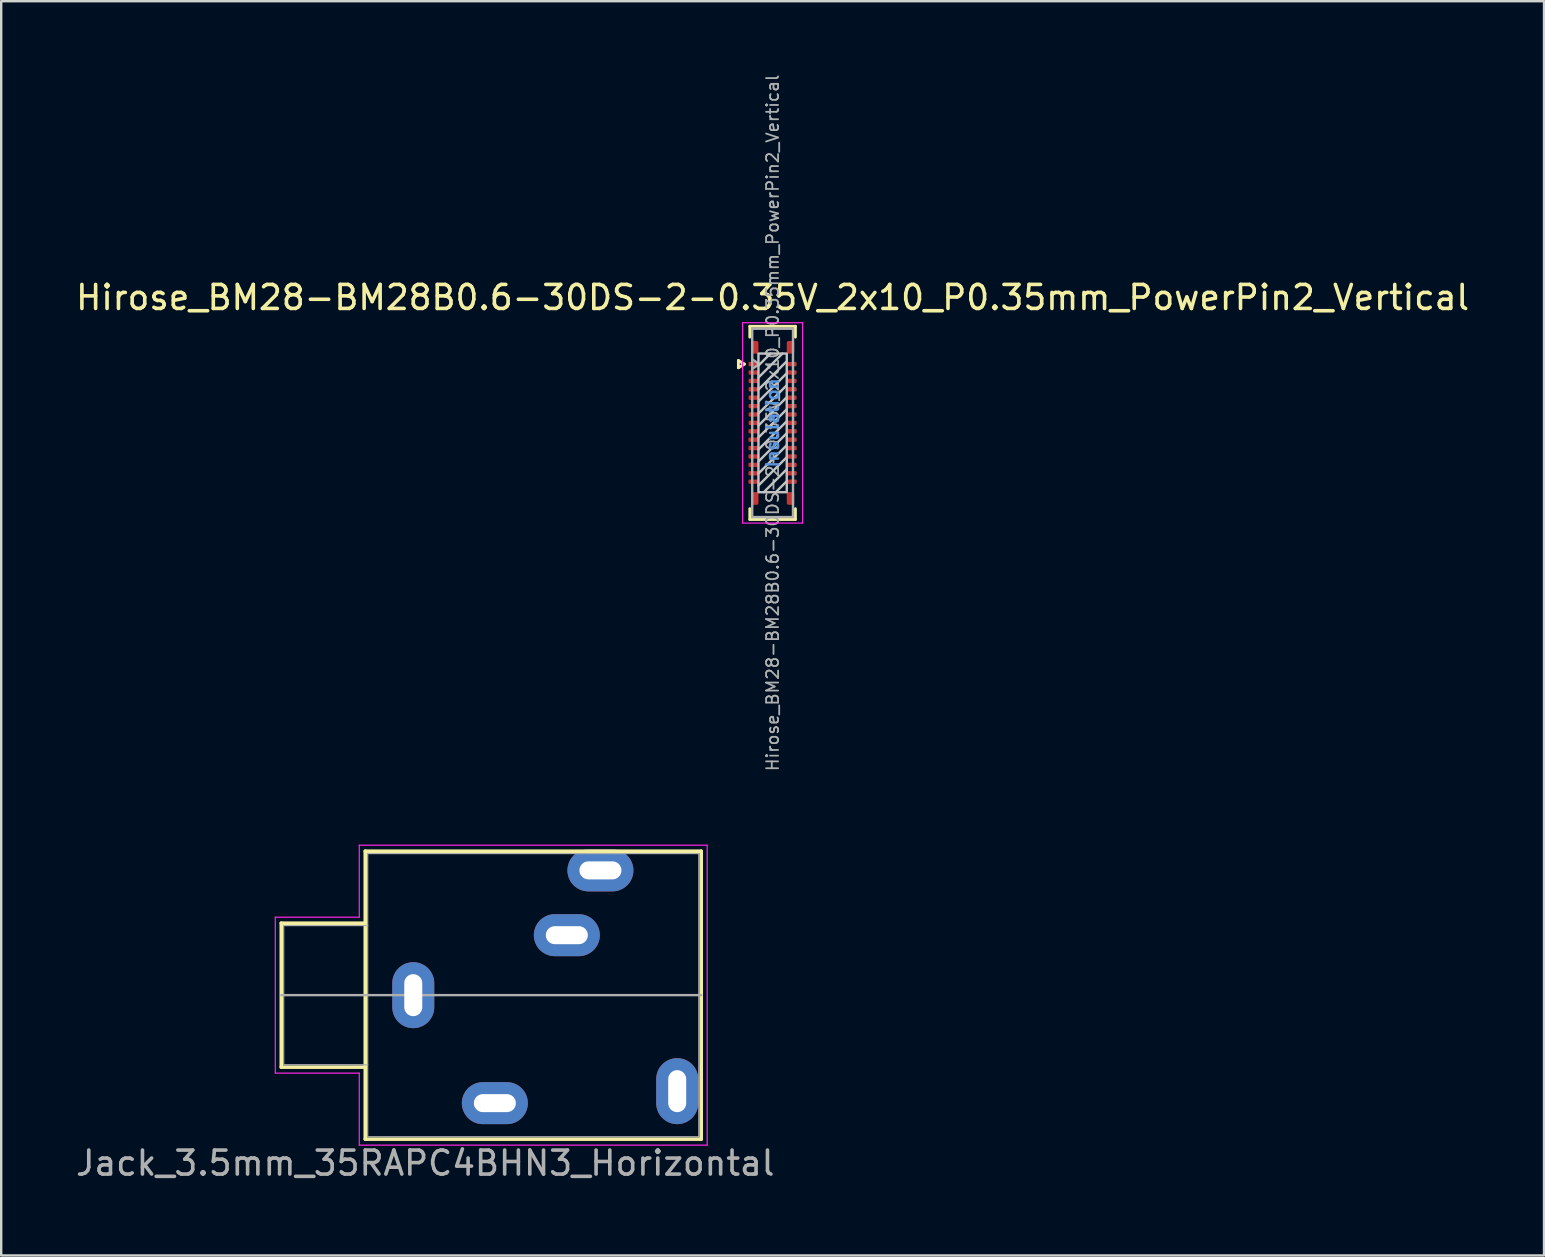
<source format=kicad_pcb>
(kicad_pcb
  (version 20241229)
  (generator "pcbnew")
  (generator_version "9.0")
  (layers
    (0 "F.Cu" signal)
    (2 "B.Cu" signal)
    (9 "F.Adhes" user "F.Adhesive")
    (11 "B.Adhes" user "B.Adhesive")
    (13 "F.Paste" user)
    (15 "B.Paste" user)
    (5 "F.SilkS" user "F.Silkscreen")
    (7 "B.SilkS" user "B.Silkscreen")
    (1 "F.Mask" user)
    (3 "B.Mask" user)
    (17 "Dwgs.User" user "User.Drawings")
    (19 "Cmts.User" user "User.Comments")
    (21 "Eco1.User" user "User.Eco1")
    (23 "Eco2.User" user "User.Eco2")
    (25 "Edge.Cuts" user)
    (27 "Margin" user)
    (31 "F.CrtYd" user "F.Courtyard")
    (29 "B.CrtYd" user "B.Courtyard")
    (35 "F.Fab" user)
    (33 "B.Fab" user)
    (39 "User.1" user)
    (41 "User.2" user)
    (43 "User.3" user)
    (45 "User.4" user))
  (footprint "Jack_3.5mm_35RAPC4BHN3_Horizontal"
    (layer "F.Cu")
    (at 12.173 38.424)
    (property "Reference" "Jack_3.5mm_35RAPC4BHN3_Horizontal" (at 2.5 7 0) (layer "F.Fab") (effects (font (size 1 1) (thickness 0.15))))
    (attr through_hole)
    (fp_line (start -3.5 -3) (end -3.5 3) (stroke (width 0.15) (type solid)) (layer "F.SilkS"))
    (fp_line (start -3.5 3) (end 0 3) (stroke (width 0.15) (type solid)) (layer "F.SilkS"))
    (fp_line (start 0 -6) (end 14 -6) (stroke (width 0.15) (type solid)) (layer "F.SilkS"))
    (fp_line (start 0 -3) (end -3.5 -3) (stroke (width 0.15) (type solid)) (layer "F.SilkS"))
    (fp_line (start 0 6) (end 0 -6) (stroke (width 0.15) (type solid)) (layer "F.SilkS"))
    (fp_line (start 14 -6) (end 14 6) (stroke (width 0.15) (type solid)) (layer "F.SilkS"))
    (fp_line (start 14 6) (end 0 6) (stroke (width 0.15) (type solid)) (layer "F.SilkS"))
    (fp_line (start -3.75 -3.25) (end -0.25 -3.25) (stroke (width 0.05) (type solid)) (layer "F.CrtYd"))
    (fp_line (start -3.75 3.25) (end -3.75 -3.25) (stroke (width 0.05) (type solid)) (layer "F.CrtYd"))
    (fp_line (start -0.25 -6.25) (end 14.25 -6.25) (stroke (width 0.05) (type solid)) (layer "F.CrtYd"))
    (fp_line (start -0.25 -3.25) (end -0.25 -6.25) (stroke (width 0.05) (type solid)) (layer "F.CrtYd"))
    (fp_line (start -0.25 3.25) (end -3.75 3.25) (stroke (width 0.05) (type solid)) (layer "F.CrtYd"))
    (fp_line (start -0.25 6.25) (end -0.25 3.25) (stroke (width 0.05) (type solid)) (layer "F.CrtYd"))
    (fp_line (start 14.25 -6.25) (end 14.25 6.25) (stroke (width 0.05) (type solid)) (layer "F.CrtYd"))
    (fp_line (start 14.25 6.25) (end -0.25 6.25) (stroke (width 0.05) (type solid)) (layer "F.CrtYd"))
    (fp_line (start -3.5 0) (end 14 0) (stroke (width 0.1) (type solid)) (layer "F.Fab"))
    (fp_line (start -3.4 -2.9) (end 0.1 -2.9) (stroke (width 0.05) (type solid)) (layer "F.Fab"))
    (fp_line (start -3.4 2.9) (end -3.4 -2.9) (stroke (width 0.05) (type solid)) (layer "F.Fab"))
    (fp_line (start 0.1 -5.9) (end 0.1 5.9) (stroke (width 0.05) (type solid)) (layer "F.Fab"))
    (fp_line (start 0.1 2.9) (end -3.4 2.9) (stroke (width 0.05) (type solid)) (layer "F.Fab"))
    (fp_line (start 0.1 5.9) (end 13.9 5.9) (stroke (width 0.05) (type solid)) (layer "F.Fab"))
    (fp_line (start 13.9 -5.9) (end 0.1 -5.9) (stroke (width 0.05) (type solid)) (layer "F.Fab"))
    (fp_line (start 13.9 5.9) (end 13.9 -5.9) (stroke (width 0.05) (type solid)) (layer "F.Fab"))
    (pad "1" thru_hole oval (at 5.4 4.5) (size 2.75 1.75) (drill oval 1.75 0.75) (layers "*.Cu" "*.Mask"))
    (pad "2" thru_hole oval (at 9.8 -5.2) (size 2.75 1.75) (drill oval 1.75 0.75) (layers "*.Cu" "*.Mask"))
    (pad "3" thru_hole oval (at 2 0 90) (size 2.75 1.75) (drill oval 1.75 0.75) (layers "*.Cu" "*.Mask"))
    (pad "4" thru_hole oval (at 13 4 90) (size 2.75 1.75) (drill oval 1.75 0.75) (layers "*.Cu" "*.Mask"))
    (pad "5" thru_hole oval (at 8.4 -2.5) (size 2.75 1.75) (drill oval 1.75 0.75) (layers "*.Cu" "*.Mask")))
  (footprint "Hirose_BM28-BM28B0.6-30DS-2-0.35V_2x10_P0.35mm_PowerPin2_Vertical"
    (layer "F.Cu")
    (at 29.149 14.574)
    (property "Reference" "Hirose_BM28-BM28B0.6-30DS-2-0.35V_2x10_P0.35mm_PowerPin2_Vertical" (at 0 -5.225 0) (layer "F.SilkS") (effects (font (size 1 1) (thickness 0.15))))
    (attr smd)
    (fp_line (start -1.425 -2.6) (end -1.175 -2.45) (stroke (width 0.12) (type solid)) (layer "F.SilkS"))
    (fp_line (start -1.425 -2.3) (end -1.425 -2.6) (stroke (width 0.12) (type solid)) (layer "F.SilkS"))
    (fp_line (start -1.175 -2.45) (end -1.425 -2.3) (stroke (width 0.12) (type solid)) (layer "F.SilkS"))
    (fp_line (start -0.95 -4.025) (end -0.95 -3.575) (stroke (width 0.12) (type solid)) (layer "F.SilkS"))
    (fp_line (start -0.95 -4.025) (end 0.95 -4.025) (stroke (width 0.12) (type solid)) (layer "F.SilkS"))
    (fp_line (start -0.95 4.025) (end -0.95 3.575) (stroke (width 0.12) (type solid)) (layer "F.SilkS"))
    (fp_line (start -0.95 4.025) (end 0.95 4.025) (stroke (width 0.12) (type solid)) (layer "F.SilkS"))
    (fp_line (start 0.95 -4.025) (end 0.95 -3.575) (stroke (width 0.12) (type solid)) (layer "F.SilkS"))
    (fp_line (start 0.95 4.025) (end 0.95 3.575) (stroke (width 0.12) (type solid)) (layer "F.SilkS"))
    (fp_line (start -0.59 -1.39) (end 0.59 -2.57) (stroke (width 0.1) (type solid)) (layer "Dwgs.User"))
    (fp_line (start -0.59 -0.89) (end 0.59 -2.07) (stroke (width 0.1) (type solid)) (layer "Dwgs.User"))
    (fp_line (start -0.59 -0.39) (end 0.59 -1.57) (stroke (width 0.1) (type solid)) (layer "Dwgs.User"))
    (fp_line (start -0.59 0.11) (end 0.59 -1.07) (stroke (width 0.1) (type solid)) (layer "Dwgs.User"))
    (fp_line (start -0.59 0.61) (end 0.59 -0.57) (stroke (width 0.1) (type solid)) (layer "Dwgs.User"))
    (fp_line (start -0.59 1.11) (end 0.59 -0.07) (stroke (width 0.1) (type solid)) (layer "Dwgs.User"))
    (fp_line (start -0.59 1.61) (end 0.59 0.43) (stroke (width 0.1) (type solid)) (layer "Dwgs.User"))
    (fp_line (start -0.59 2.11) (end 0.59 0.93) (stroke (width 0.1) (type solid)) (layer "Dwgs.User"))
    (fp_line (start -0.59 2.61) (end 0.59 1.43) (stroke (width 0.1) (type solid)) (layer "Dwgs.User"))
    (fp_line (start -0.37 2.89) (end 0.59 1.93) (stroke (width 0.1) (type solid)) (layer "Dwgs.User"))
    (fp_line (start -0.09 -2.89) (end -0.59 -2.39) (stroke (width 0.1) (type solid)) (layer "Dwgs.User"))
    (fp_line (start 0.41 -2.89) (end -0.59 -1.89) (stroke (width 0.1) (type solid)) (layer "Dwgs.User"))
    (fp_line (start 0.59 2.43) (end 0.13 2.89) (stroke (width 0.1) (type solid)) (layer "Dwgs.User"))
    (fp_rect (start -0.59 -2.89) (end 0.59 2.89) (stroke (width 0.1) (type solid)) (fill no) (layer "Dwgs.User"))
    (fp_line (start -1.25 -4.175) (end 1.25 -4.175) (stroke (width 0.05) (type solid)) (layer "F.CrtYd"))
    (fp_line (start -1.25 4.175) (end -1.25 -4.175) (stroke (width 0.05) (type solid)) (layer "F.CrtYd"))
    (fp_line (start 1.25 -4.175) (end 1.25 4.175) (stroke (width 0.05) (type solid)) (layer "F.CrtYd"))
    (fp_line (start 1.25 4.175) (end -1.25 4.175) (stroke (width 0.05) (type solid)) (layer "F.CrtYd"))
    (fp_line (start -0.85 -3.925) (end -0.85 3.925) (stroke (width 0.1) (type solid)) (layer "F.Fab"))
    (fp_line (start -0.85 -3.925) (end 0.85 -3.925) (stroke (width 0.1) (type solid)) (layer "F.Fab"))
    (fp_line (start -0.85 -2.65) (end -0.55 -2.45) (stroke (width 0.1) (type solid)) (layer "F.Fab"))
    (fp_line (start -0.85 3.925) (end 0.85 3.925) (stroke (width 0.1) (type solid)) (layer "F.Fab"))
    (fp_line (start -0.55 -2.45) (end -0.85 -2.25) (stroke (width 0.1) (type solid)) (layer "F.Fab"))
    (fp_line (start 0.85 -3.925) (end 0.85 3.925) (stroke (width 0.1) (type solid)) (layer "F.Fab"))
    (fp_text user "Insulation" (at 0 0 90) (unlocked yes) (layer "Cmts.User") (effects (font (size 0.5 0.5) (thickness 0.1))))
    (fp_text user "${REFERENCE}" (at 0 0 90) (layer "F.Fab") (effects (font (size 0.5 0.5) (thickness 0.075))))
    (pad "1" smd roundrect (at -0.795 -2.45 90) (size 0.18 0.41) (layers "F.Cu" "F.Mask" "F.Paste") (roundrect_rratio 0.25))
    (pad "2" smd roundrect (at 0.795 -2.45 90) (size 0.18 0.41) (layers "F.Cu" "F.Mask" "F.Paste") (roundrect_rratio 0.25))
    (pad "3" smd roundrect (at -0.795 -2.1 90) (size 0.18 0.41) (layers "F.Cu" "F.Mask" "F.Paste") (roundrect_rratio 0.25))
    (pad "4" smd roundrect (at 0.795 -2.1 90) (size 0.18 0.41) (layers "F.Cu" "F.Mask" "F.Paste") (roundrect_rratio 0.25))
    (pad "5" smd roundrect (at -0.795 -1.75 90) (size 0.18 0.41) (layers "F.Cu" "F.Mask" "F.Paste") (roundrect_rratio 0.25))
    (pad "6" smd roundrect (at 0.795 -1.75 90) (size 0.18 0.41) (layers "F.Cu" "F.Mask" "F.Paste") (roundrect_rratio 0.25))
    (pad "7" smd roundrect (at -0.795 -1.4 90) (size 0.18 0.41) (layers "F.Cu" "F.Mask" "F.Paste") (roundrect_rratio 0.25))
    (pad "8" smd roundrect (at 0.795 -1.4 90) (size 0.18 0.41) (layers "F.Cu" "F.Mask" "F.Paste") (roundrect_rratio 0.25))
    (pad "9" smd roundrect (at -0.795 -1.05 90) (size 0.18 0.41) (layers "F.Cu" "F.Mask" "F.Paste") (roundrect_rratio 0.25))
    (pad "10" smd roundrect (at 0.795 -1.05 90) (size 0.18 0.41) (layers "F.Cu" "F.Mask" "F.Paste") (roundrect_rratio 0.25))
    (pad "11" smd roundrect (at -0.795 -0.7 90) (size 0.18 0.41) (layers "F.Cu" "F.Mask" "F.Paste") (roundrect_rratio 0.25))
    (pad "12" smd roundrect (at 0.795 -0.7 90) (size 0.18 0.41) (layers "F.Cu" "F.Mask" "F.Paste") (roundrect_rratio 0.25))
    (pad "13" smd roundrect (at -0.795 -0.35 90) (size 0.18 0.41) (layers "F.Cu" "F.Mask" "F.Paste") (roundrect_rratio 0.25))
    (pad "14" smd roundrect (at 0.795 -0.35 90) (size 0.18 0.41) (layers "F.Cu" "F.Mask" "F.Paste") (roundrect_rratio 0.25))
    (pad "15" smd roundrect (at -0.795 0 90) (size 0.18 0.41) (layers "F.Cu" "F.Mask" "F.Paste") (roundrect_rratio 0.25))
    (pad "16" smd roundrect (at 0.795 0 90) (size 0.18 0.41) (layers "F.Cu" "F.Mask" "F.Paste") (roundrect_rratio 0.25))
    (pad "17" smd roundrect (at -0.8 0.35 90) (size 0.18 0.41) (layers "F.Cu" "F.Mask" "F.Paste") (roundrect_rratio 0.25))
    (pad "18" smd roundrect (at 0.8 0.35 90) (size 0.18 0.41) (layers "F.Cu" "F.Mask" "F.Paste") (roundrect_rratio 0.25))
    (pad "19" smd roundrect (at -0.8 0.7 90) (size 0.18 0.41) (layers "F.Cu" "F.Mask" "F.Paste") (roundrect_rratio 0.25))
    (pad "20" smd roundrect (at 0.8 0.7 90) (size 0.18 0.41) (layers "F.Cu" "F.Mask" "F.Paste") (roundrect_rratio 0.25))
    (pad "21" smd roundrect (at -0.8 1.05 90) (size 0.18 0.41) (layers "F.Cu" "F.Mask" "F.Paste") (roundrect_rratio 0.25))
    (pad "22" smd roundrect (at 0.8 1.05 90) (size 0.18 0.41) (layers "F.Cu" "F.Mask" "F.Paste") (roundrect_rratio 0.25))
    (pad "23" smd roundrect (at -0.8 1.4 90) (size 0.18 0.41) (layers "F.Cu" "F.Mask" "F.Paste") (roundrect_rratio 0.25))
    (pad "24" smd roundrect (at 0.8 1.4 90) (size 0.18 0.41) (layers "F.Cu" "F.Mask" "F.Paste") (roundrect_rratio 0.25))
    (pad "25" smd roundrect (at -0.8 1.75 90) (size 0.18 0.41) (layers "F.Cu" "F.Mask" "F.Paste") (roundrect_rratio 0.25))
    (pad "26" smd roundrect (at 0.8 1.75 90) (size 0.18 0.41) (layers "F.Cu" "F.Mask" "F.Paste") (roundrect_rratio 0.25))
    (pad "27" smd roundrect (at -0.8 2.1 90) (size 0.18 0.41) (layers "F.Cu" "F.Mask" "F.Paste") (roundrect_rratio 0.25))
    (pad "28" smd roundrect (at 0.8 2.1 90) (size 0.18 0.41) (layers "F.Cu" "F.Mask" "F.Paste") (roundrect_rratio 0.25))
    (pad "29" smd roundrect (at -0.8 2.45 90) (size 0.18 0.41) (layers "F.Cu" "F.Mask" "F.Paste") (roundrect_rratio 0.25))
    (pad "30" smd roundrect (at 0.8 2.45 90) (size 0.18 0.41) (layers "F.Cu" "F.Mask" "F.Paste") (roundrect_rratio 0.25))
    (pad "31" smd roundrect (at -0.745 -3.15 90) (size 0.53 0.31) (layers "F.Cu" "F.Mask" "F.Paste") (roundrect_rratio 0.25))
    (pad "31" smd roundrect (at 0.745 -3.15 90) (size 0.53 0.31) (layers "F.Cu" "F.Mask" "F.Paste") (roundrect_rratio 0.25))
    (pad "32" smd roundrect (at -0.745 3.15 90) (size 0.53 0.31) (layers "F.Cu" "F.Mask" "F.Paste") (roundrect_rratio 0.25))
    (pad "32" smd roundrect (at 0.745 3.15 90) (size 0.53 0.31) (layers "F.Cu" "F.Mask" "F.Paste") (roundrect_rratio 0.25)))
  (gr_rect
    (start -3 -3)
    (end 61.298 49.272)
    (stroke (width 0.1) (type default))
    (fill no)
    (layer "Edge.Cuts")))
</source>
